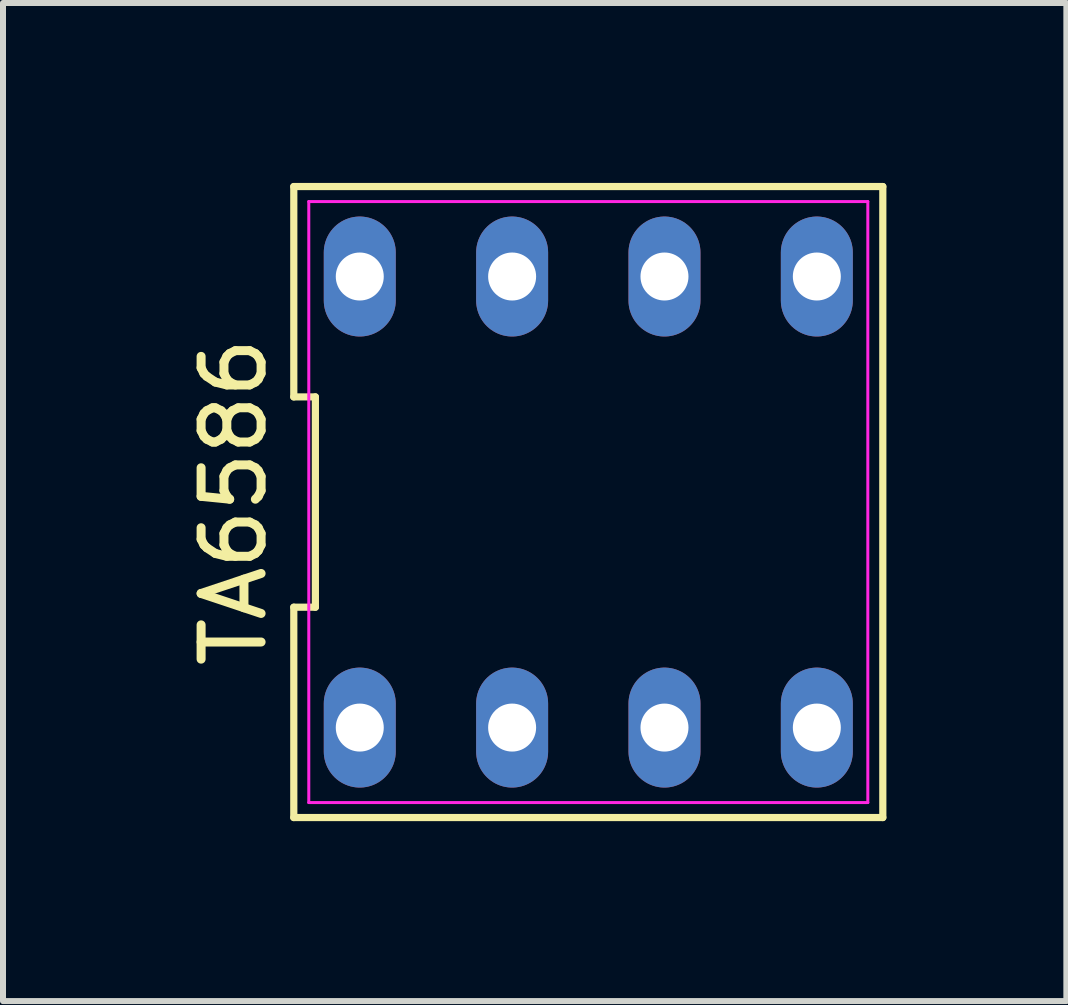
<source format=kicad_pcb>
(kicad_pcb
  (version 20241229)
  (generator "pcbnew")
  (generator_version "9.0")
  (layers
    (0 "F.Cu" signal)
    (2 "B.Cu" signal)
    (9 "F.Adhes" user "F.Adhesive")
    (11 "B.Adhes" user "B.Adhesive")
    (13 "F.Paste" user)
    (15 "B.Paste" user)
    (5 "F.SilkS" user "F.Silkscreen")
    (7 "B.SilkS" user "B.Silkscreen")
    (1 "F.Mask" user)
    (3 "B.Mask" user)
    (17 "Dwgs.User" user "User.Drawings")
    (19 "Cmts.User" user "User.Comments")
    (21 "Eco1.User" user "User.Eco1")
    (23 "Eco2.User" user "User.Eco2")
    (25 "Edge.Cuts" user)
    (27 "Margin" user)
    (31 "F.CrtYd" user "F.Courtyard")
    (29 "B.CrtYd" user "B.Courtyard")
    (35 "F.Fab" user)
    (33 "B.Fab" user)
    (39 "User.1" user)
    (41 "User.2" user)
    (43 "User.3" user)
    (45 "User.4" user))
  (footprint "TA6586"
    (layer "F.Cu")
    (at 6.758 5.32)
    (property "Reference" "TA6586" (at -5.91 0 90) (layer "F.SilkS") (effects (font (size 1 1) (thickness 0.15))))
    (attr through_hole)
    (fp_line (start -4.91 -5.26) (end -4.91 -1.753) (stroke (width 0.12) (type default)) (layer "F.SilkS"))
    (fp_line (start -4.91 -1.753) (end -4.55 -1.753) (stroke (width 0.12) (type default)) (layer "F.SilkS"))
    (fp_line (start -4.91 1.753) (end -4.91 5.26) (stroke (width 0.12) (type default)) (layer "F.SilkS"))
    (fp_line (start -4.91 5.26) (end 4.91 5.26) (stroke (width 0.12) (type default)) (layer "F.SilkS"))
    (fp_line (start -4.55 -1.753) (end -4.55 1.753) (stroke (width 0.12) (type default)) (layer "F.SilkS"))
    (fp_line (start -4.55 1.753) (end -4.91 1.753) (stroke (width 0.12) (type default)) (layer "F.SilkS"))
    (fp_line (start 4.91 -5.26) (end -4.91 -5.26) (stroke (width 0.12) (type default)) (layer "F.SilkS"))
    (fp_line (start 4.91 5.26) (end 4.91 -5.26) (stroke (width 0.12) (type default)) (layer "F.SilkS"))
    (fp_line (start -4.66 -5.01) (end 4.66 -5.01) (stroke (width 0.05) (type default)) (layer "F.CrtYd"))
    (fp_line (start -4.66 5.01) (end -4.66 -5.01) (stroke (width 0.05) (type default)) (layer "F.CrtYd"))
    (fp_line (start 4.66 -5.01) (end 4.66 5.01) (stroke (width 0.05) (type default)) (layer "F.CrtYd"))
    (fp_line (start 4.66 5.01) (end -4.66 5.01) (stroke (width 0.05) (type default)) (layer "F.CrtYd"))
    (pad "1" thru_hole oval (at -3.81 3.76) (size 1.2 2) (drill 0.8) (layers "*.Cu" "*.Mask"))
    (pad "2" thru_hole oval (at -1.27 3.76) (size 1.2 2) (drill 0.8) (layers "*.Cu" "*.Mask"))
    (pad "3" thru_hole oval (at 1.27 3.76) (size 1.2 2) (drill 0.8) (layers "*.Cu" "*.Mask"))
    (pad "4" thru_hole oval (at 3.81 3.76) (size 1.2 2) (drill 0.8) (layers "*.Cu" "*.Mask"))
    (pad "5" thru_hole oval (at 3.81 -3.76) (size 1.2 2) (drill 0.8) (layers "*.Cu" "*.Mask"))
    (pad "6" thru_hole oval (at 1.27 -3.76) (size 1.2 2) (drill 0.8) (layers "*.Cu" "*.Mask"))
    (pad "7" thru_hole oval (at -1.27 -3.76) (size 1.2 2) (drill 0.8) (layers "*.Cu" "*.Mask"))
    (pad "8" thru_hole oval (at -3.81 -3.76) (size 1.2 2) (drill 0.8) (layers "*.Cu" "*.Mask")))
  (gr_rect
    (start -3 -3)
    (end 14.728 13.64)
    (stroke (width 0.1) (type default))
    (fill no)
    (layer "Edge.Cuts")))
</source>
